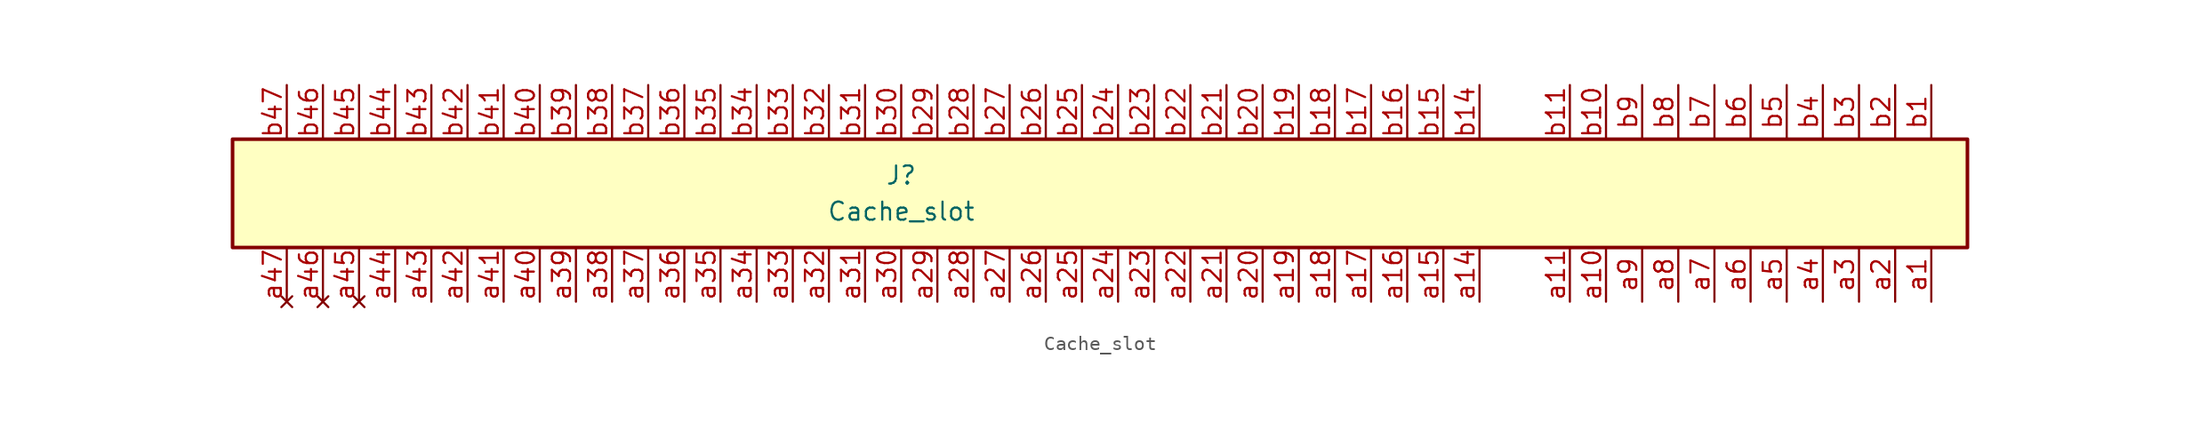
<source format=kicad_sym>
(kicad_symbol_lib
  (version 20231120)
  (generator "kicad_symbol_editor")
  (generator_version "8.0")
  (symbol "Cache_slot"
    (property "Reference" "J"
      (at 0 1.27 0)
      (effects (font (size 1.27 1.27))))
    (property "Value" "Cache_slot"
      (at 0 -1.27 0)
      (effects (font (size 1.27 1.27))))
    (symbol "Cache_slot_0_1"
      (rectangle (start -46.99 3.81) (end 74.93 -3.81) (stroke (width 0.254) (type default)) (fill (type background))))
    (symbol "Cache_slot_1_1"
      (pin output line (at 72.39 -7.62 90) (length 3.81) (name "" (effects (font (size 1.27 1.27)))) (number "a1" (effects (font (size 1.27 1.27)))))
      (pin power_in line (at 49.53 -7.62 90) (length 3.81) (name "" (effects (font (size 1.27 1.27)))) (number "a10" (effects (font (size 1.27 1.27)))))
      (pin tri_state line (at 46.99 -7.62 90) (length 3.81) (name "" (effects (font (size 1.27 1.27)))) (number "a11" (effects (font (size 1.27 1.27)))))
      (pin power_in line (at 40.64 -7.62 90) (length 3.81) (name "" (effects (font (size 1.27 1.27)))) (number "a14" (effects (font (size 1.27 1.27)))))
      (pin tri_state line (at 38.1 -7.62 90) (length 3.81) (name "" (effects (font (size 1.27 1.27)))) (number "a15" (effects (font (size 1.27 1.27)))))
      (pin tri_state line (at 35.56 -7.62 90) (length 3.81) (name "" (effects (font (size 1.27 1.27)))) (number "a16" (effects (font (size 1.27 1.27)))))
      (pin tri_state line (at 33.02 -7.62 90) (length 3.81) (name "" (effects (font (size 1.27 1.27)))) (number "a17" (effects (font (size 1.27 1.27)))))
      (pin tri_state line (at 30.48 -7.62 90) (length 3.81) (name "" (effects (font (size 1.27 1.27)))) (number "a18" (effects (font (size 1.27 1.27)))))
      (pin power_in line (at 27.94 -7.62 90) (length 3.81) (name "" (effects (font (size 1.27 1.27)))) (number "a19" (effects (font (size 1.27 1.27)))))
      (pin output line (at 69.85 -7.62 90) (length 3.81) (name "" (effects (font (size 1.27 1.27)))) (number "a2" (effects (font (size 1.27 1.27)))))
      (pin tri_state line (at 25.4 -7.62 90) (length 3.81) (name "" (effects (font (size 1.27 1.27)))) (number "a20" (effects (font (size 1.27 1.27)))))
      (pin tri_state line (at 22.86 -7.62 90) (length 3.81) (name "" (effects (font (size 1.27 1.27)))) (number "a21" (effects (font (size 1.27 1.27)))))
      (pin tri_state line (at 20.32 -7.62 90) (length 3.81) (name "" (effects (font (size 1.27 1.27)))) (number "a22" (effects (font (size 1.27 1.27)))))
      (pin output line (at 17.78 -7.62 90) (length 3.81) (name "" (effects (font (size 1.27 1.27)))) (number "a23" (effects (font (size 1.27 1.27)))))
      (pin power_in line (at 15.24 -7.62 90) (length 3.81) (name "" (effects (font (size 1.27 1.27)))) (number "a24" (effects (font (size 1.27 1.27)))))
      (pin output line (at 12.7 -7.62 90) (length 3.81) (name "" (effects (font (size 1.27 1.27)))) (number "a25" (effects (font (size 1.27 1.27)))))
      (pin output line (at 10.16 -7.62 90) (length 3.81) (name "" (effects (font (size 1.27 1.27)))) (number "a26" (effects (font (size 1.27 1.27)))))
      (pin output line (at 7.62 -7.62 90) (length 3.81) (name "" (effects (font (size 1.27 1.27)))) (number "a27" (effects (font (size 1.27 1.27)))))
      (pin output line (at 5.08 -7.62 90) (length 3.81) (name "" (effects (font (size 1.27 1.27)))) (number "a28" (effects (font (size 1.27 1.27)))))
      (pin output line (at 2.54 -7.62 90) (length 3.81) (name "" (effects (font (size 1.27 1.27)))) (number "a29" (effects (font (size 1.27 1.27)))))
      (pin output line (at 67.31 -7.62 90) (length 3.81) (name "" (effects (font (size 1.27 1.27)))) (number "a3" (effects (font (size 1.27 1.27)))))
      (pin power_in line (at 0 -7.62 90) (length 3.81) (name "" (effects (font (size 1.27 1.27)))) (number "a30" (effects (font (size 1.27 1.27)))))
      (pin output line (at -2.54 -7.62 90) (length 3.81) (name "" (effects (font (size 1.27 1.27)))) (number "a31" (effects (font (size 1.27 1.27)))))
      (pin output line (at -5.08 -7.62 90) (length 3.81) (name "" (effects (font (size 1.27 1.27)))) (number "a32" (effects (font (size 1.27 1.27)))))
      (pin output line (at -7.62 -7.62 90) (length 3.81) (name "" (effects (font (size 1.27 1.27)))) (number "a33" (effects (font (size 1.27 1.27)))))
      (pin output line (at -10.16 -7.62 90) (length 3.81) (name "" (effects (font (size 1.27 1.27)))) (number "a34" (effects (font (size 1.27 1.27)))))
      (pin output line (at -12.7 -7.62 90) (length 3.81) (name "" (effects (font (size 1.27 1.27)))) (number "a35" (effects (font (size 1.27 1.27)))))
      (pin power_in line (at -15.24 -7.62 90) (length 3.81) (name "" (effects (font (size 1.27 1.27)))) (number "a36" (effects (font (size 1.27 1.27)))))
      (pin output line (at -17.78 -7.62 90) (length 3.81) (name "" (effects (font (size 1.27 1.27)))) (number "a37" (effects (font (size 1.27 1.27)))))
      (pin output line (at -20.32 -7.62 90) (length 3.81) (name "" (effects (font (size 1.27 1.27)))) (number "a38" (effects (font (size 1.27 1.27)))))
      (pin output line (at -22.86 -7.62 90) (length 3.81) (name "" (effects (font (size 1.27 1.27)))) (number "a39" (effects (font (size 1.27 1.27)))))
      (pin power_out line (at 64.77 -7.62 90) (length 3.81) (name "" (effects (font (size 1.27 1.27)))) (number "a4" (effects (font (size 1.27 1.27)))))
      (pin output line (at -25.4 -7.62 90) (length 3.81) (name "" (effects (font (size 1.27 1.27)))) (number "a40" (effects (font (size 1.27 1.27)))))
      (pin output line (at -27.94 -7.62 90) (length 3.81) (name "" (effects (font (size 1.27 1.27)))) (number "a41" (effects (font (size 1.27 1.27)))))
      (pin power_in line (at -30.48 -7.62 90) (length 3.81) (name "" (effects (font (size 1.27 1.27)))) (number "a42" (effects (font (size 1.27 1.27)))))
      (pin output line (at -33.02 -7.62 90) (length 3.81) (name "" (effects (font (size 1.27 1.27)))) (number "a43" (effects (font (size 1.27 1.27)))))
      (pin output line (at -35.56 -7.62 90) (length 3.81) (name "" (effects (font (size 1.27 1.27)))) (number "a44" (effects (font (size 1.27 1.27)))))
      (pin no_connect line (at -38.1 -7.62 90) (length 3.81) (name "" (effects (font (size 1.27 1.27)))) (number "a45" (effects (font (size 1.27 1.27)))))
      (pin no_connect line (at -40.64 -7.62 90) (length 3.81) (name "" (effects (font (size 1.27 1.27)))) (number "a46" (effects (font (size 1.27 1.27)))))
      (pin no_connect line (at -43.18 -7.62 90) (length 3.81) (name "" (effects (font (size 1.27 1.27)))) (number "a47" (effects (font (size 1.27 1.27)))))
      (pin output line (at 62.23 -7.62 90) (length 3.81) (name "" (effects (font (size 1.27 1.27)))) (number "a5" (effects (font (size 1.27 1.27)))))
      (pin output line (at 59.69 -7.62 90) (length 3.81) (name "" (effects (font (size 1.27 1.27)))) (number "a6" (effects (font (size 1.27 1.27)))))
      (pin output line (at 57.15 -7.62 90) (length 3.81) (name "" (effects (font (size 1.27 1.27)))) (number "a7" (effects (font (size 1.27 1.27)))))
      (pin output line (at 54.61 -7.62 90) (length 3.81) (name "" (effects (font (size 1.27 1.27)))) (number "a8" (effects (font (size 1.27 1.27)))))
      (pin tri_state line (at 52.07 -7.62 90) (length 3.81) (name "" (effects (font (size 1.27 1.27)))) (number "a9" (effects (font (size 1.27 1.27)))))
      (pin tri_state line (at 72.39 7.62 270) (length 3.81) (name "" (effects (font (size 1.27 1.27)))) (number "b1" (effects (font (size 1.27 1.27)))))
      (pin power_in line (at 49.53 7.62 270) (length 3.81) (name "" (effects (font (size 1.27 1.27)))) (number "b10" (effects (font (size 1.27 1.27)))))
      (pin tri_state line (at 46.99 7.62 270) (length 3.81) (name "" (effects (font (size 1.27 1.27)))) (number "b11" (effects (font (size 1.27 1.27)))))
      (pin tri_state line (at 40.64 7.62 270) (length 3.81) (name "" (effects (font (size 1.27 1.27)))) (number "b14" (effects (font (size 1.27 1.27)))))
      (pin tri_state line (at 38.1 7.62 270) (length 3.81) (name "" (effects (font (size 1.27 1.27)))) (number "b15" (effects (font (size 1.27 1.27)))))
      (pin power_in line (at 35.56 7.62 270) (length 3.81) (name "" (effects (font (size 1.27 1.27)))) (number "b16" (effects (font (size 1.27 1.27)))))
      (pin tri_state line (at 33.02 7.62 270) (length 3.81) (name "" (effects (font (size 1.27 1.27)))) (number "b17" (effects (font (size 1.27 1.27)))))
      (pin tri_state line (at 30.48 7.62 270) (length 3.81) (name "" (effects (font (size 1.27 1.27)))) (number "b18" (effects (font (size 1.27 1.27)))))
      (pin tri_state line (at 27.94 7.62 270) (length 3.81) (name "" (effects (font (size 1.27 1.27)))) (number "b19" (effects (font (size 1.27 1.27)))))
      (pin tri_state line (at 69.85 7.62 270) (length 3.81) (name "" (effects (font (size 1.27 1.27)))) (number "b2" (effects (font (size 1.27 1.27)))))
      (pin power_in line (at 25.4 7.62 270) (length 3.81) (name "" (effects (font (size 1.27 1.27)))) (number "b20" (effects (font (size 1.27 1.27)))))
      (pin tri_state line (at 22.86 7.62 270) (length 3.81) (name "" (effects (font (size 1.27 1.27)))) (number "b21" (effects (font (size 1.27 1.27)))))
      (pin tri_state line (at 20.32 7.62 270) (length 3.81) (name "" (effects (font (size 1.27 1.27)))) (number "b22" (effects (font (size 1.27 1.27)))))
      (pin tri_state line (at 17.78 7.62 270) (length 3.81) (name "" (effects (font (size 1.27 1.27)))) (number "b23" (effects (font (size 1.27 1.27)))))
      (pin power_in line (at 15.24 7.62 270) (length 3.81) (name "" (effects (font (size 1.27 1.27)))) (number "b24" (effects (font (size 1.27 1.27)))))
      (pin tri_state line (at 12.7 7.62 270) (length 3.81) (name "" (effects (font (size 1.27 1.27)))) (number "b25" (effects (font (size 1.27 1.27)))))
      (pin tri_state line (at 10.16 7.62 270) (length 3.81) (name "" (effects (font (size 1.27 1.27)))) (number "b26" (effects (font (size 1.27 1.27)))))
      (pin power_in line (at 7.62 7.62 270) (length 3.81) (name "" (effects (font (size 1.27 1.27)))) (number "b27" (effects (font (size 1.27 1.27)))))
      (pin tri_state line (at 5.08 7.62 270) (length 3.81) (name "" (effects (font (size 1.27 1.27)))) (number "b28" (effects (font (size 1.27 1.27)))))
      (pin tri_state line (at 2.54 7.62 270) (length 3.81) (name "" (effects (font (size 1.27 1.27)))) (number "b29" (effects (font (size 1.27 1.27)))))
      (pin power_out line (at 67.31 7.62 270) (length 3.81) (name "" (effects (font (size 1.27 1.27)))) (number "b3" (effects (font (size 1.27 1.27)))))
      (pin power_in line (at 0 7.62 270) (length 3.81) (name "" (effects (font (size 1.27 1.27)))) (number "b30" (effects (font (size 1.27 1.27)))))
      (pin tri_state line (at -2.54 7.62 270) (length 3.81) (name "" (effects (font (size 1.27 1.27)))) (number "b31" (effects (font (size 1.27 1.27)))))
      (pin tri_state line (at -5.08 7.62 270) (length 3.81) (name "" (effects (font (size 1.27 1.27)))) (number "b32" (effects (font (size 1.27 1.27)))))
      (pin power_in line (at -7.62 7.62 270) (length 3.81) (name "" (effects (font (size 1.27 1.27)))) (number "b33" (effects (font (size 1.27 1.27)))))
      (pin tri_state line (at -10.16 7.62 270) (length 3.81) (name "" (effects (font (size 1.27 1.27)))) (number "b34" (effects (font (size 1.27 1.27)))))
      (pin tri_state line (at -12.7 7.62 270) (length 3.81) (name "" (effects (font (size 1.27 1.27)))) (number "b35" (effects (font (size 1.27 1.27)))))
      (pin power_in line (at -15.24 7.62 270) (length 3.81) (name "" (effects (font (size 1.27 1.27)))) (number "b36" (effects (font (size 1.27 1.27)))))
      (pin tri_state line (at -17.78 7.62 270) (length 3.81) (name "" (effects (font (size 1.27 1.27)))) (number "b37" (effects (font (size 1.27 1.27)))))
      (pin tri_state line (at -20.32 7.62 270) (length 3.81) (name "" (effects (font (size 1.27 1.27)))) (number "b38" (effects (font (size 1.27 1.27)))))
      (pin power_in line (at -22.86 7.62 270) (length 3.81) (name "" (effects (font (size 1.27 1.27)))) (number "b39" (effects (font (size 1.27 1.27)))))
      (pin tri_state line (at 64.77 7.62 270) (length 3.81) (name "" (effects (font (size 1.27 1.27)))) (number "b4" (effects (font (size 1.27 1.27)))))
      (pin tri_state line (at -25.4 7.62 270) (length 3.81) (name "" (effects (font (size 1.27 1.27)))) (number "b40" (effects (font (size 1.27 1.27)))))
      (pin tri_state line (at -27.94 7.62 270) (length 3.81) (name "" (effects (font (size 1.27 1.27)))) (number "b41" (effects (font (size 1.27 1.27)))))
      (pin power_in line (at -30.48 7.62 270) (length 3.81) (name "" (effects (font (size 1.27 1.27)))) (number "b42" (effects (font (size 1.27 1.27)))))
      (pin tri_state line (at -33.02 7.62 270) (length 3.81) (name "" (effects (font (size 1.27 1.27)))) (number "b43" (effects (font (size 1.27 1.27)))))
      (pin tri_state line (at -35.56 7.62 270) (length 3.81) (name "" (effects (font (size 1.27 1.27)))) (number "b44" (effects (font (size 1.27 1.27)))))
      (pin power_in line (at -38.1 7.62 270) (length 3.81) (name "" (effects (font (size 1.27 1.27)))) (number "b45" (effects (font (size 1.27 1.27)))))
      (pin tri_state line (at -40.64 7.62 270) (length 3.81) (name "" (effects (font (size 1.27 1.27)))) (number "b46" (effects (font (size 1.27 1.27)))))
      (pin tri_state line (at -43.18 7.62 270) (length 3.81) (name "" (effects (font (size 1.27 1.27)))) (number "b47" (effects (font (size 1.27 1.27)))))
      (pin tri_state line (at 62.23 7.62 270) (length 3.81) (name "" (effects (font (size 1.27 1.27)))) (number "b5" (effects (font (size 1.27 1.27)))))
      (pin power_in line (at 59.69 7.62 270) (length 3.81) (name "" (effects (font (size 1.27 1.27)))) (number "b6" (effects (font (size 1.27 1.27)))))
      (pin tri_state line (at 57.15 7.62 270) (length 3.81) (name "" (effects (font (size 1.27 1.27)))) (number "b7" (effects (font (size 1.27 1.27)))))
      (pin tri_state line (at 54.61 7.62 270) (length 3.81) (name "" (effects (font (size 1.27 1.27)))) (number "b8" (effects (font (size 1.27 1.27)))))
      (pin tri_state line (at 52.07 7.62 270) (length 3.81) (name "" (effects (font (size 1.27 1.27)))) (number "b9" (effects (font (size 1.27 1.27))))))))
</source>
